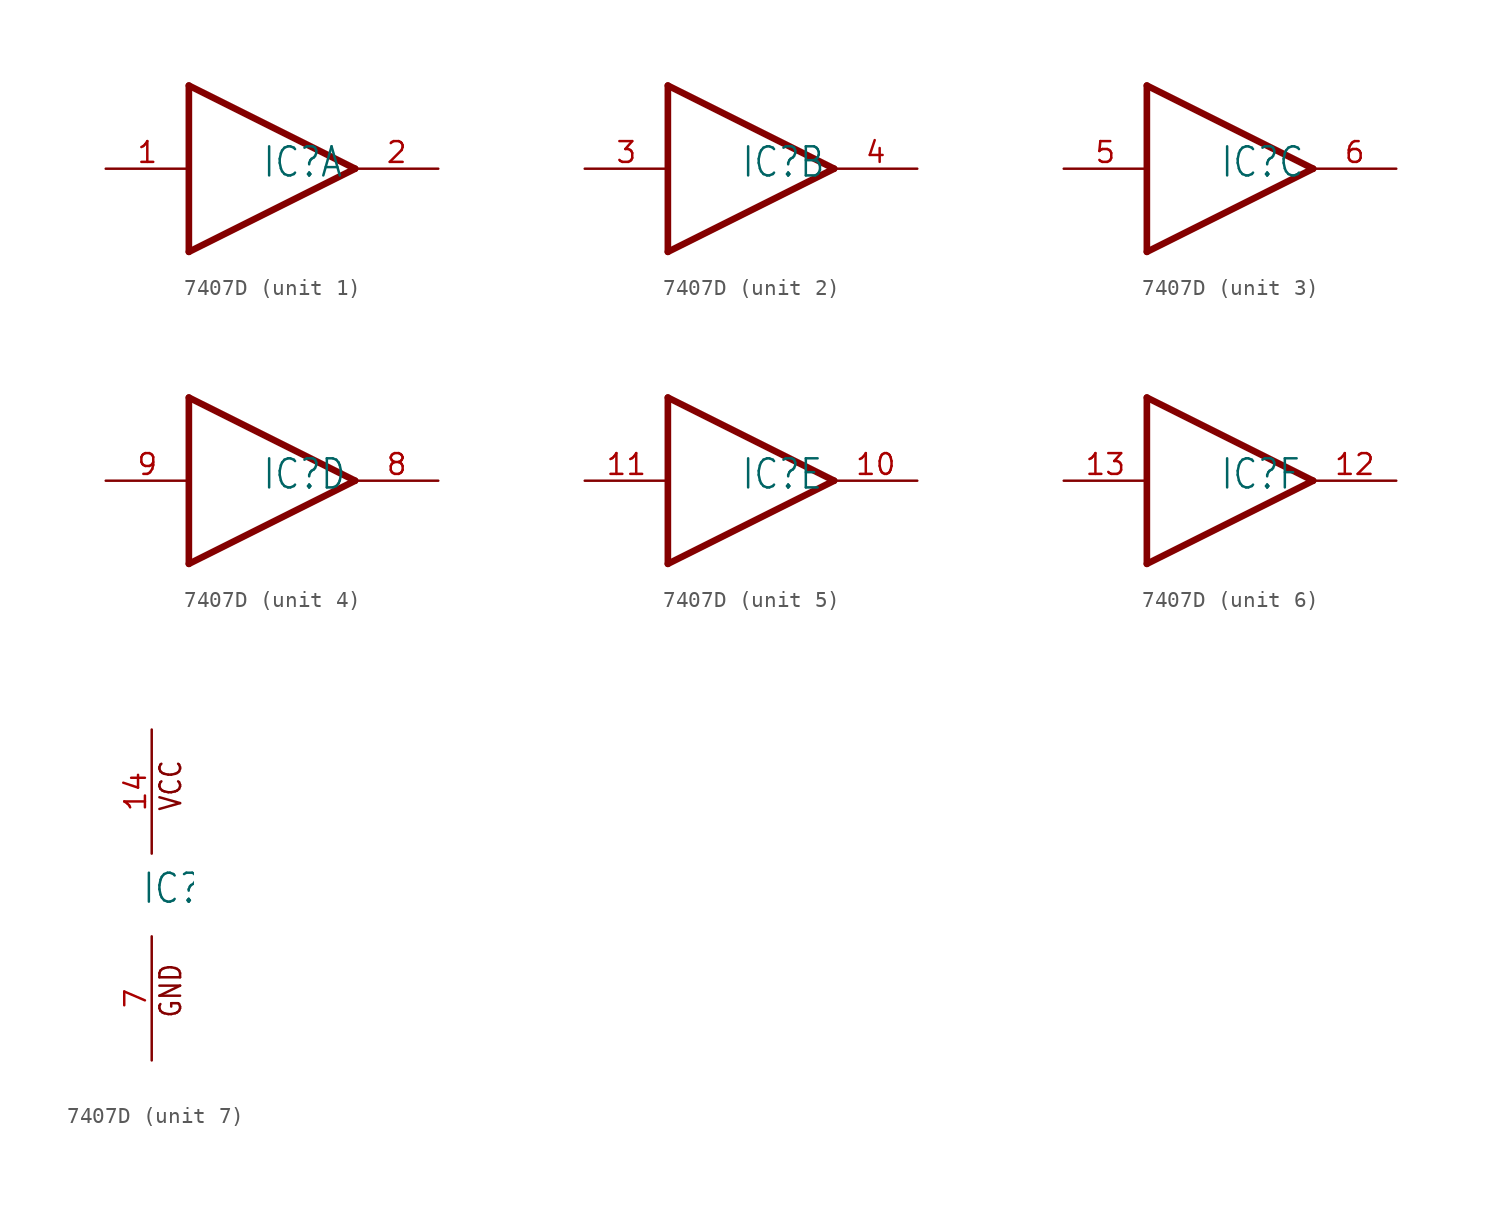
<source format=kicad_sym>
(kicad_symbol_lib
  (version 20211014)
  (generator kicad_symbol_editor)
  (symbol "7407D"
    (property "Reference" "IC"
      (at -0.635 -0.635 0)
      (effects (font (size 1.778 1.511)) (justify left bottom)))
    (property "ki_locked" ""
      (at 0 0 0)
      (effects (font (size 1.27 1.27))))
    (symbol "7407D_1_0"
      (polyline (pts (xy -5.08 -5.08) (xy -5.08 5.08)) (stroke (width 0.406) (type default) (color 0 0 0 0)) (fill (type none)))
      (polyline (pts (xy -5.08 5.08) (xy 5.08 0)) (stroke (width 0.406) (type default) (color 0 0 0 0)) (fill (type none)))
      (polyline (pts (xy 5.08 0) (xy -5.08 -5.08)) (stroke (width 0.406) (type default) (color 0 0 0 0)) (fill (type none)))
      (pin input line (at -10.16 0 0) (length 5.08) (name "I" (effects (font (size 0 0)))) (number "1" (effects (font (size 1.27 1.27)))))
      (pin open_collector line (at 10.16 0 180) (length 5.08) (name "O" (effects (font (size 0 0)))) (number "2" (effects (font (size 1.27 1.27))))))
    (symbol "7407D_2_0"
      (polyline (pts (xy -5.08 -5.08) (xy -5.08 5.08)) (stroke (width 0.406) (type default) (color 0 0 0 0)) (fill (type none)))
      (polyline (pts (xy -5.08 5.08) (xy 5.08 0)) (stroke (width 0.406) (type default) (color 0 0 0 0)) (fill (type none)))
      (polyline (pts (xy 5.08 0) (xy -5.08 -5.08)) (stroke (width 0.406) (type default) (color 0 0 0 0)) (fill (type none)))
      (pin input line (at -10.16 0 0) (length 5.08) (name "I" (effects (font (size 0 0)))) (number "3" (effects (font (size 1.27 1.27)))))
      (pin open_collector line (at 10.16 0 180) (length 5.08) (name "O" (effects (font (size 0 0)))) (number "4" (effects (font (size 1.27 1.27))))))
    (symbol "7407D_3_0"
      (polyline (pts (xy -5.08 -5.08) (xy -5.08 5.08)) (stroke (width 0.406) (type default) (color 0 0 0 0)) (fill (type none)))
      (polyline (pts (xy -5.08 5.08) (xy 5.08 0)) (stroke (width 0.406) (type default) (color 0 0 0 0)) (fill (type none)))
      (polyline (pts (xy 5.08 0) (xy -5.08 -5.08)) (stroke (width 0.406) (type default) (color 0 0 0 0)) (fill (type none)))
      (pin input line (at -10.16 0 0) (length 5.08) (name "I" (effects (font (size 0 0)))) (number "5" (effects (font (size 1.27 1.27)))))
      (pin open_collector line (at 10.16 0 180) (length 5.08) (name "O" (effects (font (size 0 0)))) (number "6" (effects (font (size 1.27 1.27))))))
    (symbol "7407D_4_0"
      (polyline (pts (xy -5.08 -5.08) (xy -5.08 5.08)) (stroke (width 0.406) (type default) (color 0 0 0 0)) (fill (type none)))
      (polyline (pts (xy -5.08 5.08) (xy 5.08 0)) (stroke (width 0.406) (type default) (color 0 0 0 0)) (fill (type none)))
      (polyline (pts (xy 5.08 0) (xy -5.08 -5.08)) (stroke (width 0.406) (type default) (color 0 0 0 0)) (fill (type none)))
      (pin open_collector line (at 10.16 0 180) (length 5.08) (name "O" (effects (font (size 0 0)))) (number "8" (effects (font (size 1.27 1.27)))))
      (pin input line (at -10.16 0 0) (length 5.08) (name "I" (effects (font (size 0 0)))) (number "9" (effects (font (size 1.27 1.27))))))
    (symbol "7407D_5_0"
      (polyline (pts (xy -5.08 -5.08) (xy -5.08 5.08)) (stroke (width 0.406) (type default) (color 0 0 0 0)) (fill (type none)))
      (polyline (pts (xy -5.08 5.08) (xy 5.08 0)) (stroke (width 0.406) (type default) (color 0 0 0 0)) (fill (type none)))
      (polyline (pts (xy 5.08 0) (xy -5.08 -5.08)) (stroke (width 0.406) (type default) (color 0 0 0 0)) (fill (type none)))
      (pin open_collector line (at 10.16 0 180) (length 5.08) (name "O" (effects (font (size 0 0)))) (number "10" (effects (font (size 1.27 1.27)))))
      (pin input line (at -10.16 0 0) (length 5.08) (name "I" (effects (font (size 0 0)))) (number "11" (effects (font (size 1.27 1.27))))))
    (symbol "7407D_6_0"
      (polyline (pts (xy -5.08 -5.08) (xy -5.08 5.08)) (stroke (width 0.406) (type default) (color 0 0 0 0)) (fill (type none)))
      (polyline (pts (xy -5.08 5.08) (xy 5.08 0)) (stroke (width 0.406) (type default) (color 0 0 0 0)) (fill (type none)))
      (polyline (pts (xy 5.08 0) (xy -5.08 -5.08)) (stroke (width 0.406) (type default) (color 0 0 0 0)) (fill (type none)))
      (pin open_collector line (at 10.16 0 180) (length 5.08) (name "O" (effects (font (size 0 0)))) (number "12" (effects (font (size 1.27 1.27)))))
      (pin input line (at -10.16 0 0) (length 5.08) (name "I" (effects (font (size 0 0)))) (number "13" (effects (font (size 1.27 1.27))))))
    (symbol "7407D_7_0"
      (text "GND" (at 1.905 -7.62 900) (effects (font (size 1.27 1.079)) (justify left bottom)))
      (text "VCC" (at 1.905 5.08 900) (effects (font (size 1.27 1.079)) (justify left bottom)))
      (pin bidirectional line (at 0 10.16 270) (length 7.62) (name "VCC" (effects (font (size 0 0)))) (number "14" (effects (font (size 1.27 1.27)))))
      (pin power_in line (at 0 -10.16 90) (length 7.62) (name "GND" (effects (font (size 0 0)))) (number "7" (effects (font (size 1.27 1.27))))))))
</source>
